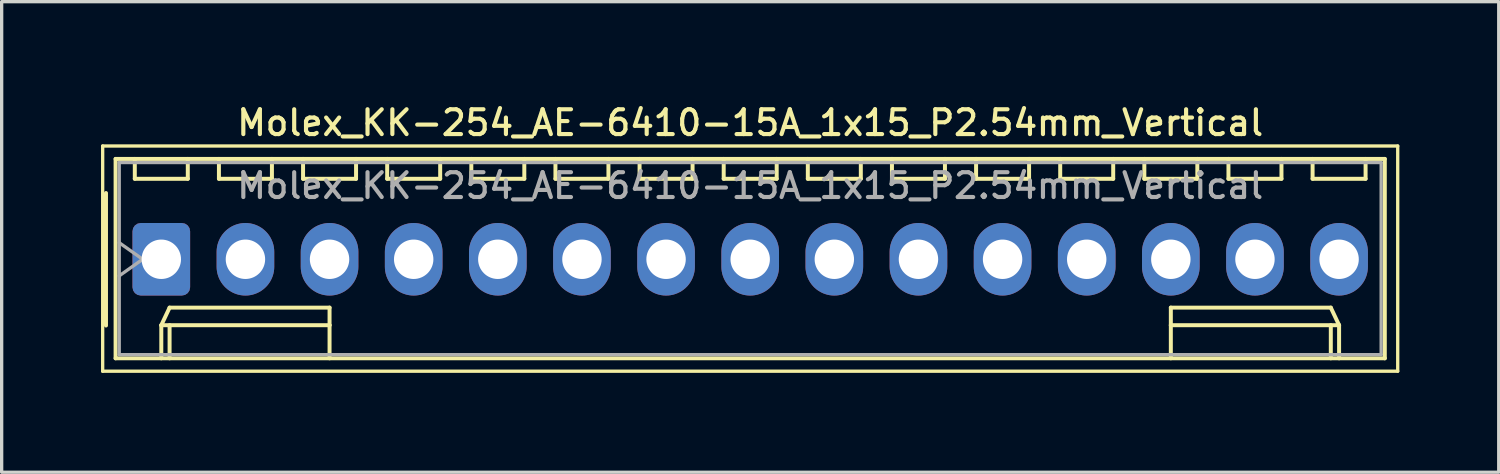
<source format=kicad_pcb>
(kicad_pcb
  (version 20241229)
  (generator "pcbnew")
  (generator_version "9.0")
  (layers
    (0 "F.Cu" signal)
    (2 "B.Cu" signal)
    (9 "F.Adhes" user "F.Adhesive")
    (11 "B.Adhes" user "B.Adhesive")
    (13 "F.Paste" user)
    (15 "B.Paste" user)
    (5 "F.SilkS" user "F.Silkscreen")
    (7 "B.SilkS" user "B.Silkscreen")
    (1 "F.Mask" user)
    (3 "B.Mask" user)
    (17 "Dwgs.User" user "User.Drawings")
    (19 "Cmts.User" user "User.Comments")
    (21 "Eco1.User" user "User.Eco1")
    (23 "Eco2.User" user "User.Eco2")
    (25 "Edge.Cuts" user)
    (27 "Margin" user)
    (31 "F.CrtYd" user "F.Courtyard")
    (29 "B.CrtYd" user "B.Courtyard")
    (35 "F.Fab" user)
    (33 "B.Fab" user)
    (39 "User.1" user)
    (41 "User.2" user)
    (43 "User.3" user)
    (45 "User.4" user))
  (footprint "Molex_KK-254_AE-6410-15A_1x15_P2.54mm_Vertical"
    (layer "F.Cu")
    (at 1.82 4.778)
    (property "Reference" "Molex_KK-254_AE-6410-15A_1x15_P2.54mm_Vertical" (at 17.78 -4.12 0) (layer "F.SilkS") (effects (font (size 0.75 0.75) (thickness 0.125))))
    (attr through_hole)
    (fp_line (start -1.77 -3.42) (end -1.77 3.38) (stroke (width 0.1) (type solid)) (layer "F.SilkS"))
    (fp_line (start -1.77 3.38) (end 37.33 3.38) (stroke (width 0.1) (type solid)) (layer "F.SilkS"))
    (fp_line (start -1.67 -2) (end -1.67 2) (stroke (width 0.12) (type solid)) (layer "F.SilkS"))
    (fp_line (start -1.38 -3.03) (end -1.38 2.99) (stroke (width 0.12) (type solid)) (layer "F.SilkS"))
    (fp_line (start -1.38 2.99) (end 36.94 2.99) (stroke (width 0.12) (type solid)) (layer "F.SilkS"))
    (fp_line (start -0.8 -3.03) (end -0.8 -2.43) (stroke (width 0.12) (type solid)) (layer "F.SilkS"))
    (fp_line (start -0.8 -2.43) (end 0.8 -2.43) (stroke (width 0.12) (type solid)) (layer "F.SilkS"))
    (fp_line (start 0 1.99) (end 0.25 1.46) (stroke (width 0.12) (type solid)) (layer "F.SilkS"))
    (fp_line (start 0 1.99) (end 5.08 1.99) (stroke (width 0.12) (type solid)) (layer "F.SilkS"))
    (fp_line (start 0 2.99) (end 0 1.99) (stroke (width 0.12) (type solid)) (layer "F.SilkS"))
    (fp_line (start 0.25 1.46) (end 5.08 1.46) (stroke (width 0.12) (type solid)) (layer "F.SilkS"))
    (fp_line (start 0.25 2.99) (end 0.25 1.99) (stroke (width 0.12) (type solid)) (layer "F.SilkS"))
    (fp_line (start 0.8 -2.43) (end 0.8 -3.03) (stroke (width 0.12) (type solid)) (layer "F.SilkS"))
    (fp_line (start 1.74 -3.03) (end 1.74 -2.43) (stroke (width 0.12) (type solid)) (layer "F.SilkS"))
    (fp_line (start 1.74 -2.43) (end 3.34 -2.43) (stroke (width 0.12) (type solid)) (layer "F.SilkS"))
    (fp_line (start 3.34 -2.43) (end 3.34 -3.03) (stroke (width 0.12) (type solid)) (layer "F.SilkS"))
    (fp_line (start 4.28 -3.03) (end 4.28 -2.43) (stroke (width 0.12) (type solid)) (layer "F.SilkS"))
    (fp_line (start 4.28 -2.43) (end 5.88 -2.43) (stroke (width 0.12) (type solid)) (layer "F.SilkS"))
    (fp_line (start 5.08 1.46) (end 5.08 1.99) (stroke (width 0.12) (type solid)) (layer "F.SilkS"))
    (fp_line (start 5.08 1.99) (end 5.08 2.99) (stroke (width 0.12) (type solid)) (layer "F.SilkS"))
    (fp_line (start 5.88 -2.43) (end 5.88 -3.03) (stroke (width 0.12) (type solid)) (layer "F.SilkS"))
    (fp_line (start 6.82 -3.03) (end 6.82 -2.43) (stroke (width 0.12) (type solid)) (layer "F.SilkS"))
    (fp_line (start 6.82 -2.43) (end 8.42 -2.43) (stroke (width 0.12) (type solid)) (layer "F.SilkS"))
    (fp_line (start 8.42 -2.43) (end 8.42 -3.03) (stroke (width 0.12) (type solid)) (layer "F.SilkS"))
    (fp_line (start 9.36 -3.03) (end 9.36 -2.43) (stroke (width 0.12) (type solid)) (layer "F.SilkS"))
    (fp_line (start 9.36 -2.43) (end 10.96 -2.43) (stroke (width 0.12) (type solid)) (layer "F.SilkS"))
    (fp_line (start 10.96 -2.43) (end 10.96 -3.03) (stroke (width 0.12) (type solid)) (layer "F.SilkS"))
    (fp_line (start 11.9 -3.03) (end 11.9 -2.43) (stroke (width 0.12) (type solid)) (layer "F.SilkS"))
    (fp_line (start 11.9 -2.43) (end 13.5 -2.43) (stroke (width 0.12) (type solid)) (layer "F.SilkS"))
    (fp_line (start 13.5 -2.43) (end 13.5 -3.03) (stroke (width 0.12) (type solid)) (layer "F.SilkS"))
    (fp_line (start 14.44 -3.03) (end 14.44 -2.43) (stroke (width 0.12) (type solid)) (layer "F.SilkS"))
    (fp_line (start 14.44 -2.43) (end 16.04 -2.43) (stroke (width 0.12) (type solid)) (layer "F.SilkS"))
    (fp_line (start 16.04 -2.43) (end 16.04 -3.03) (stroke (width 0.12) (type solid)) (layer "F.SilkS"))
    (fp_line (start 16.98 -3.03) (end 16.98 -2.43) (stroke (width 0.12) (type solid)) (layer "F.SilkS"))
    (fp_line (start 16.98 -2.43) (end 18.58 -2.43) (stroke (width 0.12) (type solid)) (layer "F.SilkS"))
    (fp_line (start 18.58 -2.43) (end 18.58 -3.03) (stroke (width 0.12) (type solid)) (layer "F.SilkS"))
    (fp_line (start 19.52 -3.03) (end 19.52 -2.43) (stroke (width 0.12) (type solid)) (layer "F.SilkS"))
    (fp_line (start 19.52 -2.43) (end 21.12 -2.43) (stroke (width 0.12) (type solid)) (layer "F.SilkS"))
    (fp_line (start 21.12 -2.43) (end 21.12 -3.03) (stroke (width 0.12) (type solid)) (layer "F.SilkS"))
    (fp_line (start 22.06 -3.03) (end 22.06 -2.43) (stroke (width 0.12) (type solid)) (layer "F.SilkS"))
    (fp_line (start 22.06 -2.43) (end 23.66 -2.43) (stroke (width 0.12) (type solid)) (layer "F.SilkS"))
    (fp_line (start 23.66 -2.43) (end 23.66 -3.03) (stroke (width 0.12) (type solid)) (layer "F.SilkS"))
    (fp_line (start 24.6 -3.03) (end 24.6 -2.43) (stroke (width 0.12) (type solid)) (layer "F.SilkS"))
    (fp_line (start 24.6 -2.43) (end 26.2 -2.43) (stroke (width 0.12) (type solid)) (layer "F.SilkS"))
    (fp_line (start 26.2 -2.43) (end 26.2 -3.03) (stroke (width 0.12) (type solid)) (layer "F.SilkS"))
    (fp_line (start 27.14 -3.03) (end 27.14 -2.43) (stroke (width 0.12) (type solid)) (layer "F.SilkS"))
    (fp_line (start 27.14 -2.43) (end 28.74 -2.43) (stroke (width 0.12) (type solid)) (layer "F.SilkS"))
    (fp_line (start 28.74 -2.43) (end 28.74 -3.03) (stroke (width 0.12) (type solid)) (layer "F.SilkS"))
    (fp_line (start 29.68 -3.03) (end 29.68 -2.43) (stroke (width 0.12) (type solid)) (layer "F.SilkS"))
    (fp_line (start 29.68 -2.43) (end 31.28 -2.43) (stroke (width 0.12) (type solid)) (layer "F.SilkS"))
    (fp_line (start 30.48 1.46) (end 30.48 1.99) (stroke (width 0.12) (type solid)) (layer "F.SilkS"))
    (fp_line (start 30.48 1.99) (end 30.48 2.99) (stroke (width 0.12) (type solid)) (layer "F.SilkS"))
    (fp_line (start 31.28 -2.43) (end 31.28 -3.03) (stroke (width 0.12) (type solid)) (layer "F.SilkS"))
    (fp_line (start 32.22 -3.03) (end 32.22 -2.43) (stroke (width 0.12) (type solid)) (layer "F.SilkS"))
    (fp_line (start 32.22 -2.43) (end 33.82 -2.43) (stroke (width 0.12) (type solid)) (layer "F.SilkS"))
    (fp_line (start 33.82 -2.43) (end 33.82 -3.03) (stroke (width 0.12) (type solid)) (layer "F.SilkS"))
    (fp_line (start 34.76 -3.03) (end 34.76 -2.43) (stroke (width 0.12) (type solid)) (layer "F.SilkS"))
    (fp_line (start 34.76 -2.43) (end 36.36 -2.43) (stroke (width 0.12) (type solid)) (layer "F.SilkS"))
    (fp_line (start 35.31 1.46) (end 30.48 1.46) (stroke (width 0.12) (type solid)) (layer "F.SilkS"))
    (fp_line (start 35.31 2.99) (end 35.31 1.99) (stroke (width 0.12) (type solid)) (layer "F.SilkS"))
    (fp_line (start 35.56 1.99) (end 30.48 1.99) (stroke (width 0.12) (type solid)) (layer "F.SilkS"))
    (fp_line (start 35.56 1.99) (end 35.31 1.46) (stroke (width 0.12) (type solid)) (layer "F.SilkS"))
    (fp_line (start 35.56 2.99) (end 35.56 1.99) (stroke (width 0.12) (type solid)) (layer "F.SilkS"))
    (fp_line (start 36.36 -2.43) (end 36.36 -3.03) (stroke (width 0.12) (type solid)) (layer "F.SilkS"))
    (fp_line (start 36.94 -3.03) (end -1.38 -3.03) (stroke (width 0.12) (type solid)) (layer "F.SilkS"))
    (fp_line (start 36.94 2.99) (end 36.94 -3.03) (stroke (width 0.12) (type solid)) (layer "F.SilkS"))
    (fp_line (start 37.33 -3.42) (end -1.77 -3.42) (stroke (width 0.1) (type solid)) (layer "F.SilkS"))
    (fp_line (start 37.33 3.38) (end 37.33 -3.42) (stroke (width 0.1) (type solid)) (layer "F.SilkS"))
    (fp_line (start -1.27 -2.92) (end -1.27 2.88) (stroke (width 0.1) (type solid)) (layer "F.Fab"))
    (fp_line (start -1.27 -0.5) (end -0.563 0) (stroke (width 0.1) (type solid)) (layer "F.Fab"))
    (fp_line (start -1.27 2.88) (end 36.83 2.88) (stroke (width 0.1) (type solid)) (layer "F.Fab"))
    (fp_line (start -0.563 0) (end -1.27 0.5) (stroke (width 0.1) (type solid)) (layer "F.Fab"))
    (fp_line (start 36.83 -2.92) (end -1.27 -2.92) (stroke (width 0.1) (type solid)) (layer "F.Fab"))
    (fp_line (start 36.83 2.88) (end 36.83 -2.92) (stroke (width 0.1) (type solid)) (layer "F.Fab"))
    (fp_text user "${REFERENCE}" (at 17.78 -2.22 0) (layer "F.Fab") (effects (font (size 0.75 0.75) (thickness 0.125))))
    (pad "1" thru_hole roundrect (at 0 0) (size 1.74 2.19) (drill 1.19) (layers "*.Cu" "*.Mask") (roundrect_rratio 0.144))
    (pad "2" thru_hole oval (at 2.54 0) (size 1.74 2.19) (drill 1.19) (layers "*.Cu" "*.Mask"))
    (pad "3" thru_hole oval (at 5.08 0) (size 1.74 2.19) (drill 1.19) (layers "*.Cu" "*.Mask"))
    (pad "4" thru_hole oval (at 7.62 0) (size 1.74 2.19) (drill 1.19) (layers "*.Cu" "*.Mask"))
    (pad "5" thru_hole oval (at 10.16 0) (size 1.74 2.19) (drill 1.19) (layers "*.Cu" "*.Mask"))
    (pad "6" thru_hole oval (at 12.7 0) (size 1.74 2.19) (drill 1.19) (layers "*.Cu" "*.Mask"))
    (pad "7" thru_hole oval (at 15.24 0) (size 1.74 2.19) (drill 1.19) (layers "*.Cu" "*.Mask"))
    (pad "8" thru_hole oval (at 17.78 0) (size 1.74 2.19) (drill 1.19) (layers "*.Cu" "*.Mask"))
    (pad "9" thru_hole oval (at 20.32 0) (size 1.74 2.19) (drill 1.19) (layers "*.Cu" "*.Mask"))
    (pad "10" thru_hole oval (at 22.86 0) (size 1.74 2.19) (drill 1.19) (layers "*.Cu" "*.Mask"))
    (pad "11" thru_hole oval (at 25.4 0) (size 1.74 2.19) (drill 1.19) (layers "*.Cu" "*.Mask"))
    (pad "12" thru_hole oval (at 27.94 0) (size 1.74 2.19) (drill 1.19) (layers "*.Cu" "*.Mask"))
    (pad "13" thru_hole oval (at 30.48 0) (size 1.74 2.19) (drill 1.19) (layers "*.Cu" "*.Mask"))
    (pad "14" thru_hole oval (at 33.02 0) (size 1.74 2.19) (drill 1.19) (layers "*.Cu" "*.Mask"))
    (pad "15" thru_hole oval (at 35.56 0) (size 1.74 2.19) (drill 1.19) (layers "*.Cu" "*.Mask")))
  (gr_rect
    (start -3 -3)
    (end 42.2 11.208)
    (stroke (width 0.1) (type default))
    (fill no)
    (layer "Edge.Cuts")))
</source>
